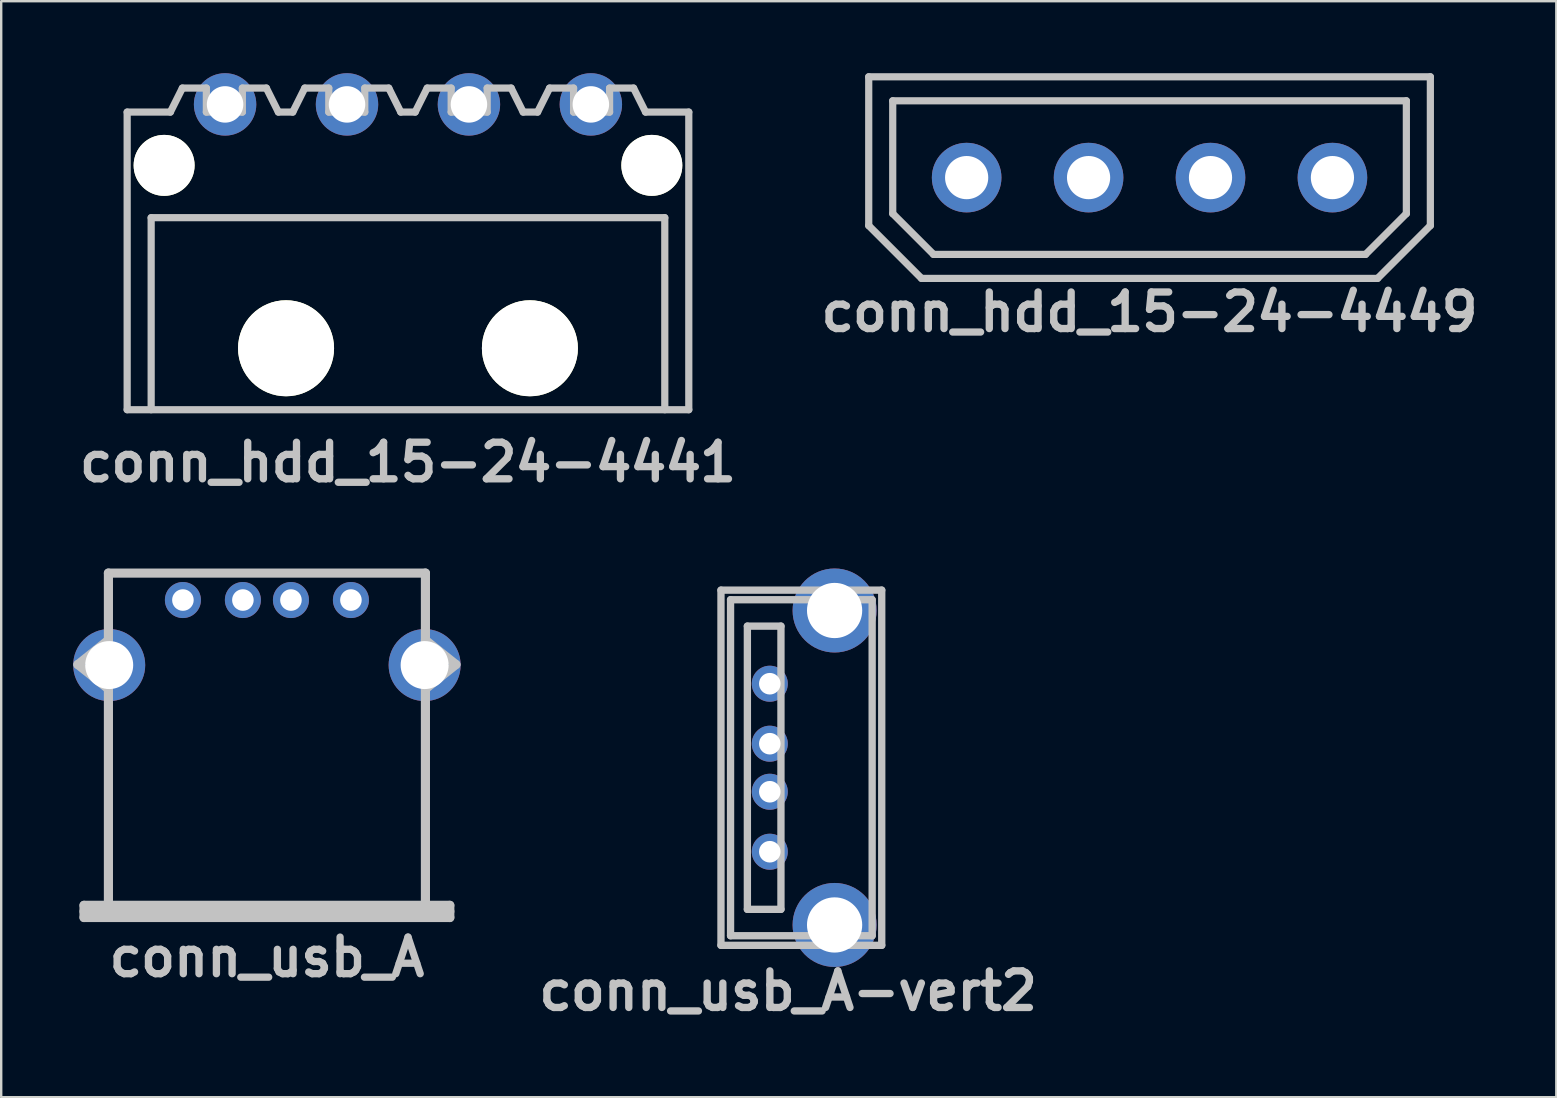
<source format=kicad_pcb>
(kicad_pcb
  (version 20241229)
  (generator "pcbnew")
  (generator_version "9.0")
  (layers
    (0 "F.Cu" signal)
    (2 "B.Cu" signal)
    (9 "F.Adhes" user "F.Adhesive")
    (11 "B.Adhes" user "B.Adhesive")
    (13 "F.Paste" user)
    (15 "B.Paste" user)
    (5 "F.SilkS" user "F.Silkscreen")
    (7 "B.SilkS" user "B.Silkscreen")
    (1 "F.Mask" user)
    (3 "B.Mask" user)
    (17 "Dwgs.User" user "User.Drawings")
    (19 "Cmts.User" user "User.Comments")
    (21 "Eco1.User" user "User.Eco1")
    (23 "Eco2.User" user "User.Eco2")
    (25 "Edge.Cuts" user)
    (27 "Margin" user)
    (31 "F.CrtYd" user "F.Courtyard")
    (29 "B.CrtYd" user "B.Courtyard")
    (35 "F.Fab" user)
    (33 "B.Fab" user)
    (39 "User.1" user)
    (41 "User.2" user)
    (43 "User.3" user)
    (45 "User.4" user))
  (footprint "conn_hdd_15-24-4441"
    (layer "F.Cu")
    (at 13.948 7.32)
    (property "Reference" "conn_hdd_15-24-4441" (at 0 8.89 0) (layer "Dwgs.User") (effects (font (size 1.524 1.524) (thickness 0.305))))
    (attr through_hole)
    (fp_line (start -11.7 -5.7) (end -11.7 6.7) (stroke (width 0.3) (type solid)) (layer "Dwgs.User"))
    (fp_line (start -11.7 6.7) (end 11.7 6.7) (stroke (width 0.3) (type solid)) (layer "Dwgs.User"))
    (fp_line (start -10.7 -1.3) (end -10.7 6.7) (stroke (width 0.3) (type solid)) (layer "Dwgs.User"))
    (fp_line (start -10.7 -1.3) (end 10.7 -1.3) (stroke (width 0.3) (type solid)) (layer "Dwgs.User"))
    (fp_line (start -9.9 -5.7) (end -11.7 -5.7) (stroke (width 0.3) (type solid)) (layer "Dwgs.User"))
    (fp_line (start -9.4 -6.7) (end -9.9 -5.7) (stroke (width 0.3) (type solid)) (layer "Dwgs.User"))
    (fp_line (start -8.4 -6.7) (end -9.4 -6.7) (stroke (width 0.3) (type solid)) (layer "Dwgs.User"))
    (fp_line (start -8.4 -5.7) (end -8.4 -6.7) (stroke (width 0.3) (type solid)) (layer "Dwgs.User"))
    (fp_line (start -6.9 -6.7) (end -5.9 -6.7) (stroke (width 0.3) (type solid)) (layer "Dwgs.User"))
    (fp_line (start -6.9 -5.7) (end -8.4 -5.7) (stroke (width 0.3) (type solid)) (layer "Dwgs.User"))
    (fp_line (start -6.9 -5.7) (end -6.9 -6.7) (stroke (width 0.3) (type solid)) (layer "Dwgs.User"))
    (fp_line (start -5.9 -6.7) (end -5.4 -5.7) (stroke (width 0.3) (type solid)) (layer "Dwgs.User"))
    (fp_line (start -4.8 -5.7) (end -5.4 -5.7) (stroke (width 0.3) (type solid)) (layer "Dwgs.User"))
    (fp_line (start -4.3 -6.7) (end -4.8 -5.7) (stroke (width 0.3) (type solid)) (layer "Dwgs.User"))
    (fp_line (start -3.3 -6.7) (end -4.3 -6.7) (stroke (width 0.3) (type solid)) (layer "Dwgs.User"))
    (fp_line (start -3.3 -5.7) (end -3.3 -6.7) (stroke (width 0.3) (type solid)) (layer "Dwgs.User"))
    (fp_line (start -1.8 -6.7) (end -0.8 -6.7) (stroke (width 0.3) (type solid)) (layer "Dwgs.User"))
    (fp_line (start -1.8 -5.7) (end -3.3 -5.7) (stroke (width 0.3) (type solid)) (layer "Dwgs.User"))
    (fp_line (start -1.8 -5.7) (end -1.8 -6.7) (stroke (width 0.3) (type solid)) (layer "Dwgs.User"))
    (fp_line (start -0.8 -6.7) (end -0.3 -5.7) (stroke (width 0.3) (type solid)) (layer "Dwgs.User"))
    (fp_line (start 0.3 -5.7) (end -0.3 -5.7) (stroke (width 0.3) (type solid)) (layer "Dwgs.User"))
    (fp_line (start 0.8 -6.7) (end 0.3 -5.7) (stroke (width 0.3) (type solid)) (layer "Dwgs.User"))
    (fp_line (start 1.8 -6.7) (end 0.8 -6.7) (stroke (width 0.3) (type solid)) (layer "Dwgs.User"))
    (fp_line (start 1.8 -5.7) (end 1.8 -6.7) (stroke (width 0.3) (type solid)) (layer "Dwgs.User"))
    (fp_line (start 3.3 -6.7) (end 4.3 -6.7) (stroke (width 0.3) (type solid)) (layer "Dwgs.User"))
    (fp_line (start 3.3 -5.7) (end 1.8 -5.7) (stroke (width 0.3) (type solid)) (layer "Dwgs.User"))
    (fp_line (start 3.3 -5.7) (end 3.3 -6.7) (stroke (width 0.3) (type solid)) (layer "Dwgs.User"))
    (fp_line (start 4.3 -6.7) (end 4.8 -5.7) (stroke (width 0.3) (type solid)) (layer "Dwgs.User"))
    (fp_line (start 5.4 -5.7) (end 4.8 -5.7) (stroke (width 0.3) (type solid)) (layer "Dwgs.User"))
    (fp_line (start 5.9 -6.7) (end 5.4 -5.7) (stroke (width 0.3) (type solid)) (layer "Dwgs.User"))
    (fp_line (start 6.9 -6.7) (end 5.9 -6.7) (stroke (width 0.3) (type solid)) (layer "Dwgs.User"))
    (fp_line (start 6.9 -5.7) (end 6.9 -6.7) (stroke (width 0.3) (type solid)) (layer "Dwgs.User"))
    (fp_line (start 8.4 -6.7) (end 9.4 -6.7) (stroke (width 0.3) (type solid)) (layer "Dwgs.User"))
    (fp_line (start 8.4 -5.7) (end 6.9 -5.7) (stroke (width 0.3) (type solid)) (layer "Dwgs.User"))
    (fp_line (start 8.4 -5.7) (end 8.4 -6.7) (stroke (width 0.3) (type solid)) (layer "Dwgs.User"))
    (fp_line (start 9.4 -6.7) (end 9.9 -5.7) (stroke (width 0.3) (type solid)) (layer "Dwgs.User"))
    (fp_line (start 10.7 -1.3) (end 10.7 6.7) (stroke (width 0.3) (type solid)) (layer "Dwgs.User"))
    (fp_line (start 11.7 -5.7) (end 9.9 -5.7) (stroke (width 0.3) (type solid)) (layer "Dwgs.User"))
    (fp_line (start 11.7 -5.7) (end 11.7 6.7) (stroke (width 0.3) (type solid)) (layer "Dwgs.User"))
    (pad "" np_thru_hole circle (at -10.16 -3.48) (size 2.54 2.54) (drill 2.54) (layers "*.Cu" "*.Mask" "F.SilkS"))
    (pad "" np_thru_hole circle (at -5.08 4.14) (size 4 4) (drill 4) (layers "*.Cu" "*.Mask" "F.SilkS"))
    (pad "" np_thru_hole circle (at 5.08 4.14) (size 4 4) (drill 4) (layers "*.Cu" "*.Mask" "F.SilkS"))
    (pad "" np_thru_hole circle (at 10.16 -3.48) (size 2.54 2.54) (drill 2.54) (layers "*.Cu" "*.Mask" "F.SilkS"))
    (pad "1" thru_hole circle (at -7.62 -6.02) (size 2.6 2.6) (drill 1.52) (layers "*.Cu" "*.Mask"))
    (pad "2" thru_hole circle (at -2.54 -6.02) (size 2.6 2.6) (drill 1.52) (layers "*.Cu" "*.Mask"))
    (pad "3" thru_hole circle (at 2.54 -6.02) (size 2.6 2.6) (drill 1.52) (layers "*.Cu" "*.Mask"))
    (pad "4" thru_hole circle (at 7.62 -6.02) (size 2.6 2.6) (drill 1.52) (layers "*.Cu" "*.Mask")))
  (footprint "conn_usb_A-vert2"
    (layer "F.Cu")
    (at 29.788 28.937)
    (property "Reference" "conn_usb_A-vert2" (at 0 9.299 0) (layer "Dwgs.User") (effects (font (size 1.524 1.524) (thickness 0.305))))
    (attr through_hole)
    (fp_line (start -2.799 -7.399) (end -2.799 7.399) (stroke (width 0.305) (type solid)) (layer "Dwgs.User"))
    (fp_line (start -2.799 7.399) (end 3.899 7.399) (stroke (width 0.305) (type solid)) (layer "Dwgs.User"))
    (fp_line (start -2.4 -7) (end 3.5 -7) (stroke (width 0.305) (type solid)) (layer "Dwgs.User"))
    (fp_line (start -2.4 7) (end -2.4 -7) (stroke (width 0.305) (type solid)) (layer "Dwgs.User"))
    (fp_line (start -1.699 -5.9) (end -0.3 -5.9) (stroke (width 0.305) (type solid)) (layer "Dwgs.User"))
    (fp_line (start -1.699 5.9) (end -1.699 -5.9) (stroke (width 0.305) (type solid)) (layer "Dwgs.User"))
    (fp_line (start -0.3 -5.9) (end -0.3 5.9) (stroke (width 0.305) (type solid)) (layer "Dwgs.User"))
    (fp_line (start -0.3 5.9) (end -1.699 5.9) (stroke (width 0.305) (type solid)) (layer "Dwgs.User"))
    (fp_line (start 3.5 -7) (end 3.5 7) (stroke (width 0.305) (type solid)) (layer "Dwgs.User"))
    (fp_line (start 3.5 7) (end -2.4 7) (stroke (width 0.305) (type solid)) (layer "Dwgs.User"))
    (fp_line (start 3.899 -7.399) (end -2.799 -7.399) (stroke (width 0.305) (type solid)) (layer "Dwgs.User"))
    (fp_line (start 3.899 7.399) (end 3.899 -7.399) (stroke (width 0.305) (type solid)) (layer "Dwgs.User"))
    (pad "" thru_hole circle (at 1.935 -6.551) (size 3.5 3.5) (drill 2.301) (layers "*.Cu" "*.Mask"))
    (pad "" thru_hole circle (at 1.935 6.551) (size 3.5 3.5) (drill 2.301) (layers "*.Cu" "*.Mask"))
    (pad "1" thru_hole circle (at -0.765 3.5) (size 1.501 1.501) (drill 0.899) (layers "*.Cu" "*.Mask"))
    (pad "2" thru_hole circle (at -0.765 1.001) (size 1.501 1.501) (drill 0.899) (layers "*.Cu" "*.Mask"))
    (pad "3" thru_hole circle (at -0.765 -1.001) (size 1.501 1.501) (drill 0.899) (layers "*.Cu" "*.Mask"))
    (pad "4" thru_hole circle (at -0.765 -3.5) (size 1.501 1.501) (drill 0.899) (layers "*.Cu" "*.Mask")))
  (footprint "conn_usb_A"
    (layer "F.Cu")
    (at 8.071 27.939)
    (property "Reference" "conn_usb_A" (at 0 8.89 0) (layer "Dwgs.User") (effects (font (size 1.524 1.524) (thickness 0.305))))
    (attr through_hole)
    (fp_line (start -7.874 -3.302) (end -6.604 -2.286) (stroke (width 0.381) (type solid)) (layer "Dwgs.User"))
    (fp_line (start -7.62 6.731) (end -7.62 7.239) (stroke (width 0.381) (type solid)) (layer "Dwgs.User"))
    (fp_line (start -7.62 6.731) (end 7.62 6.731) (stroke (width 0.381) (type solid)) (layer "Dwgs.User"))
    (fp_line (start -7.62 6.985) (end 7.62 6.985) (stroke (width 0.381) (type solid)) (layer "Dwgs.User"))
    (fp_line (start -6.604 -7.112) (end -6.604 7.112) (stroke (width 0.381) (type solid)) (layer "Dwgs.User"))
    (fp_line (start -6.604 -4.318) (end -7.874 -3.302) (stroke (width 0.381) (type solid)) (layer "Dwgs.User"))
    (fp_line (start 6.604 -7.112) (end -6.604 -7.112) (stroke (width 0.381) (type solid)) (layer "Dwgs.User"))
    (fp_line (start 6.604 -4.318) (end 7.874 -3.302) (stroke (width 0.381) (type solid)) (layer "Dwgs.User"))
    (fp_line (start 6.604 7.112) (end 6.604 -7.112) (stroke (width 0.381) (type solid)) (layer "Dwgs.User"))
    (fp_line (start 7.62 6.731) (end 7.62 7.239) (stroke (width 0.381) (type solid)) (layer "Dwgs.User"))
    (fp_line (start 7.62 7.239) (end -7.62 7.239) (stroke (width 0.381) (type solid)) (layer "Dwgs.User"))
    (fp_line (start 7.874 -3.302) (end 6.604 -2.286) (stroke (width 0.381) (type solid)) (layer "Dwgs.User"))
    (pad "" thru_hole circle (at -6.571 -3.279) (size 3 3) (drill 1.999) (layers "*.Cu" "*.Mask"))
    (pad "" thru_hole circle (at 6.571 -3.279) (size 3 3) (drill 1.999) (layers "*.Cu" "*.Mask"))
    (pad "1" thru_hole circle (at -3.5 -5.989) (size 1.501 1.501) (drill 0.899) (layers "*.Cu" "*.Mask"))
    (pad "2" thru_hole circle (at -1.001 -5.989) (size 1.501 1.501) (drill 0.899) (layers "*.Cu" "*.Mask"))
    (pad "3" thru_hole circle (at 1.001 -5.989) (size 1.501 1.501) (drill 0.899) (layers "*.Cu" "*.Mask"))
    (pad "4" thru_hole circle (at 3.5 -5.989) (size 1.501 1.501) (drill 0.899) (layers "*.Cu" "*.Mask")))
  (footprint "conn_hdd_15-24-4449"
    (layer "F.Cu")
    (at 44.845 4.35)
    (property "Reference" "conn_hdd_15-24-4449" (at 0 5.6 0) (layer "Dwgs.User") (effects (font (size 1.524 1.524) (thickness 0.305))))
    (attr through_hole)
    (fp_line (start -11.7 -4.2) (end -11.7 2) (stroke (width 0.3) (type solid)) (layer "Dwgs.User"))
    (fp_line (start -11.7 -4.2) (end 11.7 -4.2) (stroke (width 0.3) (type solid)) (layer "Dwgs.User"))
    (fp_line (start -10.7 -3.2) (end -10.7 1.5) (stroke (width 0.3) (type solid)) (layer "Dwgs.User"))
    (fp_line (start -10.7 -3.2) (end 10.7 -3.2) (stroke (width 0.3) (type solid)) (layer "Dwgs.User"))
    (fp_line (start -9.5 4.2) (end -11.7 2) (stroke (width 0.3) (type solid)) (layer "Dwgs.User"))
    (fp_line (start -9.5 4.2) (end 9.5 4.2) (stroke (width 0.3) (type solid)) (layer "Dwgs.User"))
    (fp_line (start -9 3.2) (end -10.7 1.5) (stroke (width 0.3) (type solid)) (layer "Dwgs.User"))
    (fp_line (start -9 3.2) (end 9 3.2) (stroke (width 0.3) (type solid)) (layer "Dwgs.User"))
    (fp_line (start 9 3.2) (end 10.7 1.5) (stroke (width 0.3) (type solid)) (layer "Dwgs.User"))
    (fp_line (start 9.5 4.2) (end 11.7 2) (stroke (width 0.3) (type solid)) (layer "Dwgs.User"))
    (fp_line (start 10.7 -3.2) (end 10.7 1.5) (stroke (width 0.3) (type solid)) (layer "Dwgs.User"))
    (fp_line (start 11.7 -4.2) (end 11.7 2) (stroke (width 0.3) (type solid)) (layer "Dwgs.User"))
    (pad "1" thru_hole circle (at -7.62 0) (size 2.9 2.9) (drill 1.8) (layers "*.Cu" "*.Mask"))
    (pad "2" thru_hole circle (at -2.54 0) (size 2.9 2.9) (drill 1.8) (layers "*.Cu" "*.Mask"))
    (pad "3" thru_hole circle (at 2.54 0) (size 2.9 2.9) (drill 1.8) (layers "*.Cu" "*.Mask"))
    (pad "4" thru_hole circle (at 7.62 0) (size 2.9 2.9) (drill 1.8) (layers "*.Cu" "*.Mask")))
  (gr_rect
    (start -3 -3)
    (end 61.793 42.663)
    (stroke (width 0.1) (type default))
    (fill no)
    (layer "Edge.Cuts")))
</source>
